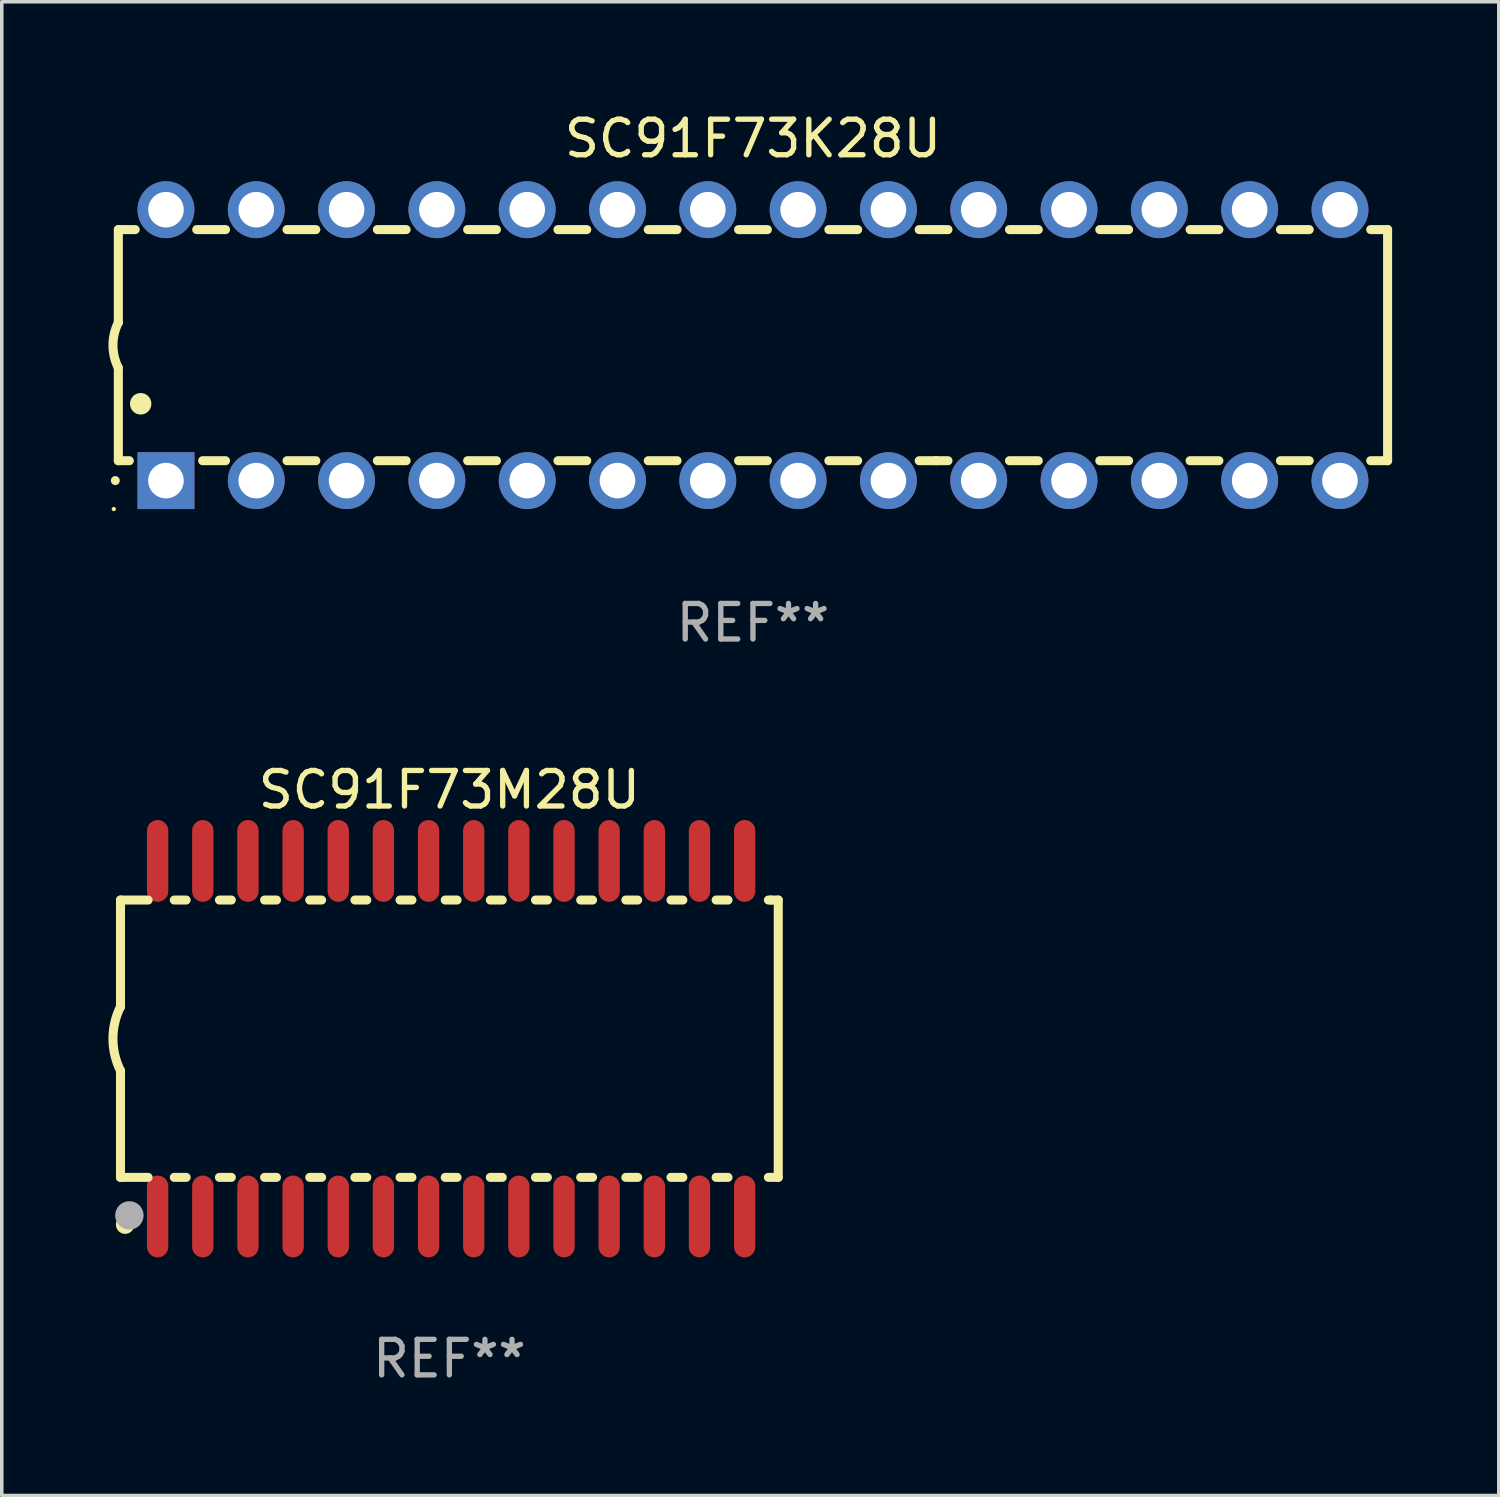
<source format=kicad_pcb>
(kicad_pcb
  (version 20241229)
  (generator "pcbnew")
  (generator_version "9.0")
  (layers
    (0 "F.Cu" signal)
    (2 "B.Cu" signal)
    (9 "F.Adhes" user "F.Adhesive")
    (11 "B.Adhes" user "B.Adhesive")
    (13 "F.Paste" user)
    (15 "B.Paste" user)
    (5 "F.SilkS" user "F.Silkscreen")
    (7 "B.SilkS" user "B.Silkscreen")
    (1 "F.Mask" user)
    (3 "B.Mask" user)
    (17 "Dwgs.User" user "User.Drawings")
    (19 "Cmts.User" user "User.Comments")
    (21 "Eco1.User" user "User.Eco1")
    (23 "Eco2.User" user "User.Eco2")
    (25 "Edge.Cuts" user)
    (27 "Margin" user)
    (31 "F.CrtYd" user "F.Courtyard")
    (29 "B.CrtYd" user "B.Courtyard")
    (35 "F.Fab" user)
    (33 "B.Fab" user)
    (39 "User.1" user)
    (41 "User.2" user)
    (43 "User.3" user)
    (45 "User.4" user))
  (footprint "SC91F73K28U"
    (layer "F.Cu")
    (at 18.128 6.658)
    (property "Reference" "SC91F73K28U" (at 0 -5.81 0) (layer "F.SilkS") (effects (font (size 1 1) (thickness 0.15))))
    (attr through_hole)
    (fp_line (start -17.85 -3.25) (end -17.85 -0.635) (stroke (width 0.254) (type solid)) (layer "F.SilkS"))
    (fp_line (start -17.85 3.25) (end -17.85 0.635) (stroke (width 0.254) (type solid)) (layer "F.SilkS"))
    (fp_line (start -17.85 3.25) (end -17.541 3.25) (stroke (width 0.254) (type solid)) (layer "F.SilkS"))
    (fp_line (start -17.375 -3.25) (end -17.85 -3.25) (stroke (width 0.254) (type solid)) (layer "F.SilkS"))
    (fp_line (start -15.479 3.25) (end -14.835 3.25) (stroke (width 0.254) (type solid)) (layer "F.SilkS"))
    (fp_line (start -14.835 -3.25) (end -15.645 -3.25) (stroke (width 0.254) (type solid)) (layer "F.SilkS"))
    (fp_line (start -13.105 3.25) (end -12.295 3.25) (stroke (width 0.254) (type solid)) (layer "F.SilkS"))
    (fp_line (start -12.295 -3.25) (end -13.105 -3.25) (stroke (width 0.254) (type solid)) (layer "F.SilkS"))
    (fp_line (start -10.565 3.25) (end -9.755 3.25) (stroke (width 0.254) (type solid)) (layer "F.SilkS"))
    (fp_line (start -9.755 -3.25) (end -10.565 -3.25) (stroke (width 0.254) (type solid)) (layer "F.SilkS"))
    (fp_line (start -8.025 3.25) (end -7.215 3.25) (stroke (width 0.254) (type solid)) (layer "F.SilkS"))
    (fp_line (start -7.215 -3.25) (end -8.025 -3.25) (stroke (width 0.254) (type solid)) (layer "F.SilkS"))
    (fp_line (start -5.485 3.25) (end -4.675 3.25) (stroke (width 0.254) (type solid)) (layer "F.SilkS"))
    (fp_line (start -4.675 -3.25) (end -5.485 -3.25) (stroke (width 0.254) (type solid)) (layer "F.SilkS"))
    (fp_line (start -2.945 3.25) (end -2.135 3.25) (stroke (width 0.254) (type solid)) (layer "F.SilkS"))
    (fp_line (start -2.135 -3.25) (end -2.945 -3.25) (stroke (width 0.254) (type solid)) (layer "F.SilkS"))
    (fp_line (start -0.405 3.25) (end 0.405 3.25) (stroke (width 0.254) (type solid)) (layer "F.SilkS"))
    (fp_line (start 0.405 -3.25) (end -0.405 -3.25) (stroke (width 0.254) (type solid)) (layer "F.SilkS"))
    (fp_line (start 2.135 3.25) (end 2.945 3.25) (stroke (width 0.254) (type solid)) (layer "F.SilkS"))
    (fp_line (start 2.945 -3.25) (end 2.135 -3.25) (stroke (width 0.254) (type solid)) (layer "F.SilkS"))
    (fp_line (start 4.675 3.25) (end 5.15 3.25) (stroke (width 0.254) (type solid)) (layer "F.SilkS"))
    (fp_line (start 5.15 -3.25) (end 4.675 -3.25) (stroke (width 0.254) (type solid)) (layer "F.SilkS"))
    (fp_line (start 5.15 -3.25) (end 5.485 -3.25) (stroke (width 0.254) (type solid)) (layer "F.SilkS"))
    (fp_line (start 5.15 3.25) (end 5.485 3.25) (stroke (width 0.254) (type solid)) (layer "F.SilkS"))
    (fp_line (start 7.215 -3.25) (end 8.025 -3.25) (stroke (width 0.254) (type solid)) (layer "F.SilkS"))
    (fp_line (start 7.215 3.25) (end 8.025 3.25) (stroke (width 0.254) (type solid)) (layer "F.SilkS"))
    (fp_line (start 9.755 -3.25) (end 10.565 -3.25) (stroke (width 0.254) (type solid)) (layer "F.SilkS"))
    (fp_line (start 9.755 3.25) (end 10.565 3.25) (stroke (width 0.254) (type solid)) (layer "F.SilkS"))
    (fp_line (start 12.295 -3.25) (end 13.105 -3.25) (stroke (width 0.254) (type solid)) (layer "F.SilkS"))
    (fp_line (start 12.295 3.25) (end 13.105 3.25) (stroke (width 0.254) (type solid)) (layer "F.SilkS"))
    (fp_line (start 14.835 -3.25) (end 15.645 -3.25) (stroke (width 0.254) (type solid)) (layer "F.SilkS"))
    (fp_line (start 14.835 3.25) (end 15.645 3.25) (stroke (width 0.254) (type solid)) (layer "F.SilkS"))
    (fp_line (start 17.375 -3.25) (end 17.85 -3.25) (stroke (width 0.254) (type solid)) (layer "F.SilkS"))
    (fp_line (start 17.375 3.25) (end 17.85 3.25) (stroke (width 0.254) (type solid)) (layer "F.SilkS"))
    (fp_line (start 17.85 -3.25) (end 17.85 3.25) (stroke (width 0.254) (type solid)) (layer "F.SilkS"))
    (fp_arc (start -17.934976 3.810008) (mid -17.934983 3.808738) (end -17.934976 3.807468) (stroke (width 0.25) (type solid)) (layer "F.SilkS"))
    (fp_arc (start -17.851155 0.635002) (mid -18.000677 -0.000132) (end -17.850038 -0.635001) (stroke (width 0.254001) (type solid)) (layer "F.SilkS"))
    (fp_arc (start -17.221234 1.651003) (mid -17.221245 1.648463) (end -17.221234 1.645923) (stroke (width 0.6) (type solid)) (layer "F.SilkS"))
    (fp_circle (center -17.977 4.61) (end -17.947 4.61) (stroke (width 0.06) (type solid)) (fill no) (layer "F.SilkS"))
    (fp_text user "REF**" (at 0 7.81 0) (layer "F.Fab") (effects (font (size 1 1) (thickness 0.15))))
    (pad "1" thru_hole rect (at -16.51 3.81 90) (size 1.6 1.6) (drill 1) (layers "*.Cu" "*.Mask"))
    (pad "2" thru_hole circle (at -13.97 3.81 90) (size 1.6 1.6) (drill 1) (layers "*.Cu" "*.Mask"))
    (pad "3" thru_hole circle (at -11.43 3.81 90) (size 1.6 1.6) (drill 1) (layers "*.Cu" "*.Mask"))
    (pad "4" thru_hole circle (at -8.89 3.81 90) (size 1.6 1.6) (drill 1) (layers "*.Cu" "*.Mask"))
    (pad "5" thru_hole circle (at -6.35 3.81 90) (size 1.6 1.6) (drill 1) (layers "*.Cu" "*.Mask"))
    (pad "6" thru_hole circle (at -3.81 3.81 90) (size 1.6 1.6) (drill 1) (layers "*.Cu" "*.Mask"))
    (pad "7" thru_hole circle (at -1.27 3.81 90) (size 1.6 1.6) (drill 1) (layers "*.Cu" "*.Mask"))
    (pad "8" thru_hole circle (at 1.27 3.81 90) (size 1.6 1.6) (drill 1) (layers "*.Cu" "*.Mask"))
    (pad "9" thru_hole circle (at 3.81 3.81 90) (size 1.6 1.6) (drill 1) (layers "*.Cu" "*.Mask"))
    (pad "10" thru_hole circle (at 6.35 3.81 90) (size 1.6 1.6) (drill 1) (layers "*.Cu" "*.Mask"))
    (pad "11" thru_hole circle (at 8.89 3.81 90) (size 1.6 1.6) (drill 1) (layers "*.Cu" "*.Mask"))
    (pad "12" thru_hole circle (at 11.43 3.81 90) (size 1.6 1.6) (drill 1) (layers "*.Cu" "*.Mask"))
    (pad "13" thru_hole circle (at 13.97 3.81 90) (size 1.6 1.6) (drill 1) (layers "*.Cu" "*.Mask"))
    (pad "14" thru_hole circle (at 16.51 3.81 90) (size 1.6 1.6) (drill 1) (layers "*.Cu" "*.Mask"))
    (pad "15" thru_hole circle (at 16.51 -3.81 90) (size 1.6 1.6) (drill 1) (layers "*.Cu" "*.Mask"))
    (pad "16" thru_hole circle (at 13.97 -3.81 90) (size 1.6 1.6) (drill 1) (layers "*.Cu" "*.Mask"))
    (pad "17" thru_hole circle (at 11.43 -3.81 90) (size 1.6 1.6) (drill 1) (layers "*.Cu" "*.Mask"))
    (pad "18" thru_hole circle (at 8.89 -3.81 90) (size 1.6 1.6) (drill 1) (layers "*.Cu" "*.Mask"))
    (pad "19" thru_hole circle (at 6.35 -3.81 90) (size 1.6 1.6) (drill 1) (layers "*.Cu" "*.Mask"))
    (pad "20" thru_hole circle (at 3.81 -3.81 90) (size 1.6 1.6) (drill 1) (layers "*.Cu" "*.Mask"))
    (pad "21" thru_hole circle (at 1.27 -3.81 90) (size 1.6 1.6) (drill 1) (layers "*.Cu" "*.Mask"))
    (pad "22" thru_hole circle (at -1.27 -3.81 90) (size 1.6 1.6) (drill 1) (layers "*.Cu" "*.Mask"))
    (pad "23" thru_hole circle (at -3.81 -3.81 90) (size 1.6 1.6) (drill 1) (layers "*.Cu" "*.Mask"))
    (pad "24" thru_hole circle (at -6.35 -3.81 90) (size 1.6 1.6) (drill 1) (layers "*.Cu" "*.Mask"))
    (pad "25" thru_hole circle (at -8.89 -3.81 90) (size 1.6 1.6) (drill 1) (layers "*.Cu" "*.Mask"))
    (pad "26" thru_hole circle (at -11.43 -3.81 90) (size 1.6 1.6) (drill 1) (layers "*.Cu" "*.Mask"))
    (pad "27" thru_hole circle (at -13.97 -3.81 90) (size 1.6 1.6) (drill 1) (layers "*.Cu" "*.Mask"))
    (pad "28" thru_hole circle (at -16.51 -3.81 90) (size 1.6 1.6) (drill 1) (layers "*.Cu" "*.Mask")))
  (footprint "SC91F73M28U"
    (layer "F.Cu")
    (at 9.589 26.165)
    (property "Reference" "SC91F73M28U" (at 0 -7 0) (layer "F.SilkS") (effects (font (size 1 1) (thickness 0.15))))
    (attr through_hole)
    (fp_line (start -9.25 -3.9) (end -9.25 -0.9) (stroke (width 0.254) (type solid)) (layer "F.SilkS"))
    (fp_line (start -9.25 -3.9) (end -8.473 -3.9) (stroke (width 0.254) (type solid)) (layer "F.SilkS"))
    (fp_line (start -9.25 3.9) (end -9.25 0.9) (stroke (width 0.254) (type solid)) (layer "F.SilkS"))
    (fp_line (start -9.25 3.9) (end -8.473 3.9) (stroke (width 0.254) (type solid)) (layer "F.SilkS"))
    (fp_line (start -7.737 -3.9) (end -7.403 -3.9) (stroke (width 0.254) (type solid)) (layer "F.SilkS"))
    (fp_line (start -7.737 3.9) (end -7.403 3.9) (stroke (width 0.254) (type solid)) (layer "F.SilkS"))
    (fp_line (start -6.467 3.9) (end -6.133 3.9) (stroke (width 0.254) (type solid)) (layer "F.SilkS"))
    (fp_line (start -6.467 -3.9) (end -6.133 -3.9) (stroke (width 0.254) (type solid)) (layer "F.SilkS"))
    (fp_line (start -5.197 3.9) (end -4.863 3.9) (stroke (width 0.254) (type solid)) (layer "F.SilkS"))
    (fp_line (start -5.197 -3.9) (end -4.863 -3.9) (stroke (width 0.254) (type solid)) (layer "F.SilkS"))
    (fp_line (start -3.927 3.9) (end -3.593 3.9) (stroke (width 0.254) (type solid)) (layer "F.SilkS"))
    (fp_line (start -3.927 -3.9) (end -3.593 -3.9) (stroke (width 0.254) (type solid)) (layer "F.SilkS"))
    (fp_line (start -2.657 3.9) (end -2.323 3.9) (stroke (width 0.254) (type solid)) (layer "F.SilkS"))
    (fp_line (start -2.657 -3.9) (end -2.323 -3.9) (stroke (width 0.254) (type solid)) (layer "F.SilkS"))
    (fp_line (start -1.387 3.9) (end -1.053 3.9) (stroke (width 0.254) (type solid)) (layer "F.SilkS"))
    (fp_line (start -1.387 -3.9) (end -1.053 -3.9) (stroke (width 0.254) (type solid)) (layer "F.SilkS"))
    (fp_line (start -0.117 3.9) (end 0.217 3.9) (stroke (width 0.254) (type solid)) (layer "F.SilkS"))
    (fp_line (start -0.117 -3.9) (end 0.217 -3.9) (stroke (width 0.254) (type solid)) (layer "F.SilkS"))
    (fp_line (start 1.153 3.9) (end 1.487 3.9) (stroke (width 0.254) (type solid)) (layer "F.SilkS"))
    (fp_line (start 1.153 -3.9) (end 1.487 -3.9) (stroke (width 0.254) (type solid)) (layer "F.SilkS"))
    (fp_line (start 2.423 3.9) (end 2.757 3.9) (stroke (width 0.254) (type solid)) (layer "F.SilkS"))
    (fp_line (start 2.423 -3.9) (end 2.757 -3.9) (stroke (width 0.254) (type solid)) (layer "F.SilkS"))
    (fp_line (start 3.693 3.9) (end 4.027 3.9) (stroke (width 0.254) (type solid)) (layer "F.SilkS"))
    (fp_line (start 3.693 -3.9) (end 4.027 -3.9) (stroke (width 0.254) (type solid)) (layer "F.SilkS"))
    (fp_line (start 4.963 3.9) (end 5.297 3.9) (stroke (width 0.254) (type solid)) (layer "F.SilkS"))
    (fp_line (start 4.963 -3.9) (end 5.297 -3.9) (stroke (width 0.254) (type solid)) (layer "F.SilkS"))
    (fp_line (start 6.233 3.9) (end 6.567 3.9) (stroke (width 0.254) (type solid)) (layer "F.SilkS"))
    (fp_line (start 6.233 -3.9) (end 6.567 -3.9) (stroke (width 0.254) (type solid)) (layer "F.SilkS"))
    (fp_line (start 7.503 -3.9) (end 7.837 -3.9) (stroke (width 0.254) (type solid)) (layer "F.SilkS"))
    (fp_line (start 7.503 3.9) (end 7.837 3.9) (stroke (width 0.254) (type solid)) (layer "F.SilkS"))
    (fp_line (start 8.973 -3.9) (end 9.05 -3.9) (stroke (width 0.254) (type solid)) (layer "F.SilkS"))
    (fp_line (start 8.973 3.9) (end 9.25 3.9) (stroke (width 0.254) (type solid)) (layer "F.SilkS"))
    (fp_line (start 9.05 -3.9) (end 9.25 -3.9) (stroke (width 0.254) (type solid)) (layer "F.SilkS"))
    (fp_line (start 9.25 -3.9) (end 9.25 3.9) (stroke (width 0.254) (type solid)) (layer "F.SilkS"))
    (fp_arc (start -9.249619 0.900432) (mid -9.462013 0.000246) (end -9.249873 -0.9) (stroke (width 0.254001) (type solid)) (layer "F.SilkS"))
    (fp_circle (center -9.2 5.3) (end -9.17 5.3) (stroke (width 0.06) (type solid)) (fill no) (layer "F.SilkS"))
    (fp_circle (center -9.12 5.23) (end -8.988 5.23) (stroke (width 0.254) (type solid)) (fill no) (layer "F.SilkS"))
    (fp_circle (center -9 4.97) (end -8.8 4.97) (stroke (width 0.4) (type solid)) (fill no) (layer "F.Fab"))
    (fp_text user "REF**" (at 0 9 0) (layer "F.Fab") (effects (font (size 1 1) (thickness 0.15))))
    (pad "1" smd oval (at -8.205 5) (size 0.6 2.3) (layers "F.Cu" "F.Mask" "F.Paste"))
    (pad "2" smd oval (at -6.935 5) (size 0.6 2.3) (layers "F.Cu" "F.Mask" "F.Paste"))
    (pad "3" smd oval (at -5.665 5) (size 0.6 2.3) (layers "F.Cu" "F.Mask" "F.Paste"))
    (pad "4" smd oval (at -4.395 5) (size 0.6 2.3) (layers "F.Cu" "F.Mask" "F.Paste"))
    (pad "5" smd oval (at -3.125 5) (size 0.6 2.3) (layers "F.Cu" "F.Mask" "F.Paste"))
    (pad "6" smd oval (at -1.855 5) (size 0.6 2.3) (layers "F.Cu" "F.Mask" "F.Paste"))
    (pad "7" smd oval (at -0.585 5) (size 0.6 2.3) (layers "F.Cu" "F.Mask" "F.Paste"))
    (pad "8" smd oval (at 0.685 5) (size 0.6 2.3) (layers "F.Cu" "F.Mask" "F.Paste"))
    (pad "9" smd oval (at 1.955 5) (size 0.6 2.3) (layers "F.Cu" "F.Mask" "F.Paste"))
    (pad "10" smd oval (at 3.225 5) (size 0.6 2.3) (layers "F.Cu" "F.Mask" "F.Paste"))
    (pad "11" smd oval (at 4.495 5) (size 0.6 2.3) (layers "F.Cu" "F.Mask" "F.Paste"))
    (pad "12" smd oval (at 5.765 5) (size 0.6 2.3) (layers "F.Cu" "F.Mask" "F.Paste"))
    (pad "13" smd oval (at 7.035 5) (size 0.6 2.3) (layers "F.Cu" "F.Mask" "F.Paste"))
    (pad "14" smd oval (at 8.305 5) (size 0.6 2.3) (layers "F.Cu" "F.Mask" "F.Paste"))
    (pad "15" smd oval (at 8.305 -5) (size 0.6 2.3) (layers "F.Cu" "F.Mask" "F.Paste"))
    (pad "16" smd oval (at 7.035 -5) (size 0.6 2.3) (layers "F.Cu" "F.Mask" "F.Paste"))
    (pad "17" smd oval (at 5.765 -5) (size 0.6 2.3) (layers "F.Cu" "F.Mask" "F.Paste"))
    (pad "18" smd oval (at 4.495 -5) (size 0.6 2.3) (layers "F.Cu" "F.Mask" "F.Paste"))
    (pad "19" smd oval (at 3.225 -5) (size 0.6 2.3) (layers "F.Cu" "F.Mask" "F.Paste"))
    (pad "20" smd oval (at 1.955 -5) (size 0.6 2.3) (layers "F.Cu" "F.Mask" "F.Paste"))
    (pad "21" smd oval (at 0.685 -5) (size 0.6 2.3) (layers "F.Cu" "F.Mask" "F.Paste"))
    (pad "22" smd oval (at -0.585 -5) (size 0.6 2.3) (layers "F.Cu" "F.Mask" "F.Paste"))
    (pad "23" smd oval (at -1.855 -5) (size 0.6 2.3) (layers "F.Cu" "F.Mask" "F.Paste"))
    (pad "24" smd oval (at -3.125 -5) (size 0.6 2.3) (layers "F.Cu" "F.Mask" "F.Paste"))
    (pad "25" smd oval (at -4.395 -5) (size 0.6 2.3) (layers "F.Cu" "F.Mask" "F.Paste"))
    (pad "26" smd oval (at -5.665 -5) (size 0.6 2.3) (layers "F.Cu" "F.Mask" "F.Paste"))
    (pad "27" smd oval (at -6.935 -5) (size 0.6 2.3) (layers "F.Cu" "F.Mask" "F.Paste"))
    (pad "28" smd oval (at -8.205 -5) (size 0.6 2.3) (layers "F.Cu" "F.Mask" "F.Paste")))
  (gr_rect
    (start -3 -3)
    (end 39.105 39.013)
    (stroke (width 0.1) (type default))
    (fill no)
    (layer "Edge.Cuts")))
</source>
